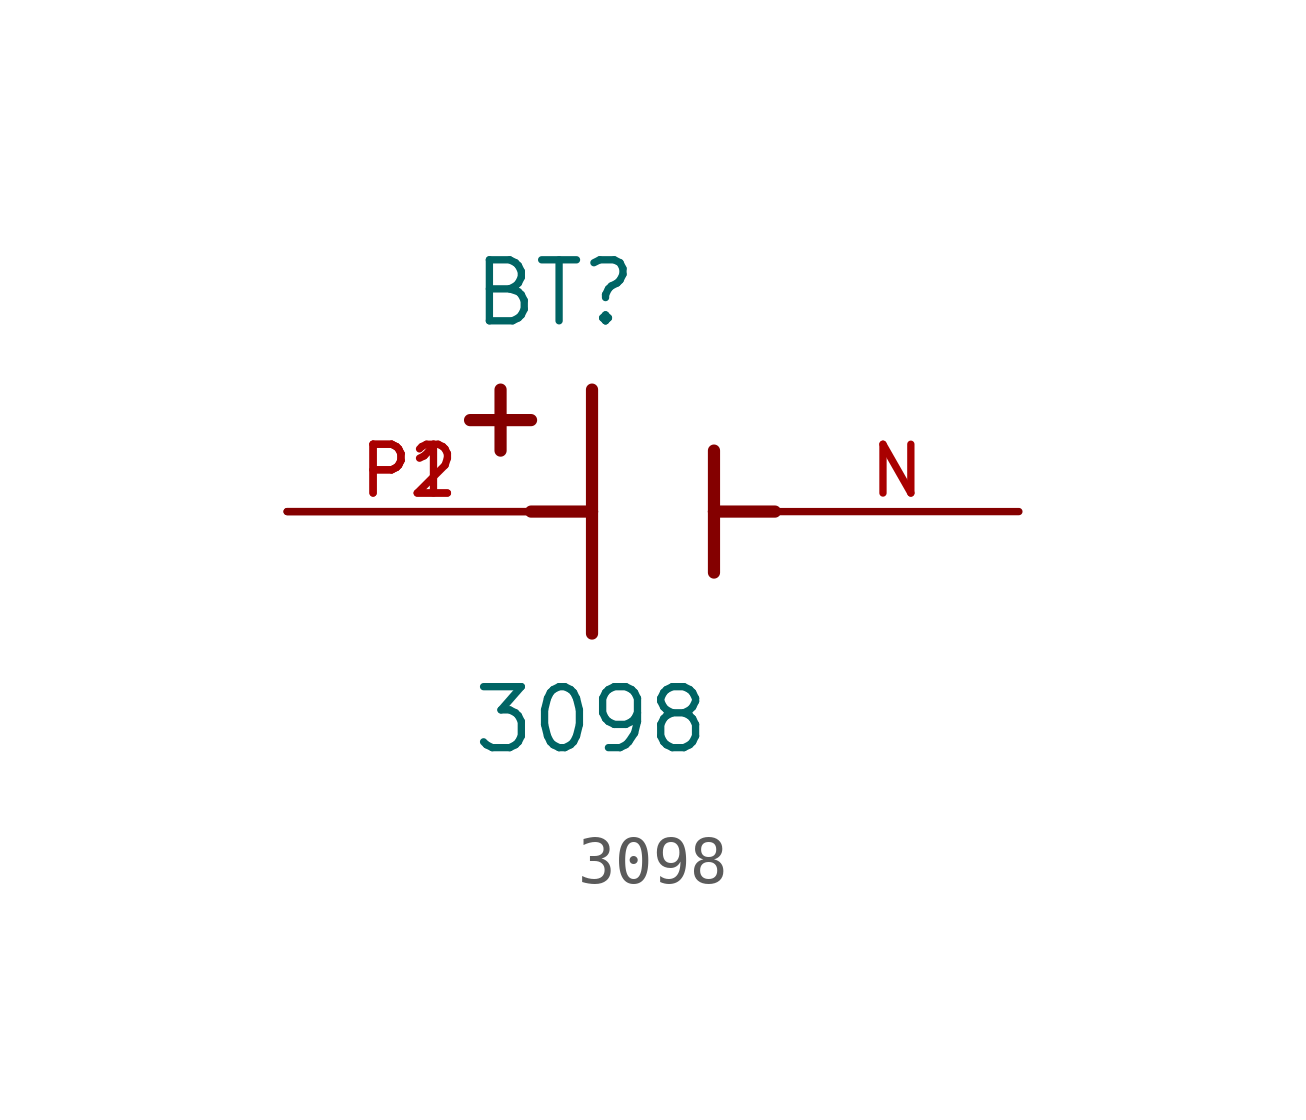
<source format=kicad_sym>
(kicad_symbol_lib
  (version 20211014)
  (generator kicad_symbol_editor)
  (symbol "3098"
    (pin_names
      (offset 1.016))
    (property "Reference" "BT"
      (at -3.81 3.81 0)
      (effects (font (size 1.27 1.27)) (justify bottom left)))
    (property "Value" "3098"
      (at -3.81 -5.08 0)
      (effects (font (size 1.27 1.27)) (justify bottom left)))
    (symbol "3098_0_0"
      (polyline (pts (xy -1.27 2.54) (xy -1.27 0.0)) (stroke (width 0.254)))
      (polyline (pts (xy -1.27 0.0) (xy -1.27 -2.54)) (stroke (width 0.254)))
      (polyline (pts (xy 1.27 1.27) (xy 1.27 0.0)) (stroke (width 0.254)))
      (polyline (pts (xy 1.27 0.0) (xy 1.27 -1.27)) (stroke (width 0.254)))
      (polyline (pts (xy -1.27 0.0) (xy -2.54 0.0)) (stroke (width 0.254)))
      (polyline (pts (xy 1.27 0.0) (xy 2.54 0.0)) (stroke (width 0.254)))
      (polyline (pts (xy -3.175 2.54) (xy -3.175 1.27)) (stroke (width 0.254)))
      (polyline (pts (xy -3.81 1.905) (xy -2.54 1.905)) (stroke (width 0.254)))
      (pin passive line (at -7.62 0.0 0) (length 5.08) (name "~" (effects (font (size 1.016 1.016)))) (number "P1" (effects (font (size 1.016 1.016)))))
      (pin passive line (at -7.62 0.0 0) (length 5.08) (name "~" (effects (font (size 1.016 1.016)))) (number "P2" (effects (font (size 1.016 1.016)))))
      (pin passive line (at 7.62 0.0 180.0) (length 5.08) (name "~" (effects (font (size 1.016 1.016)))) (number "N" (effects (font (size 1.016 1.016))))))))
</source>
